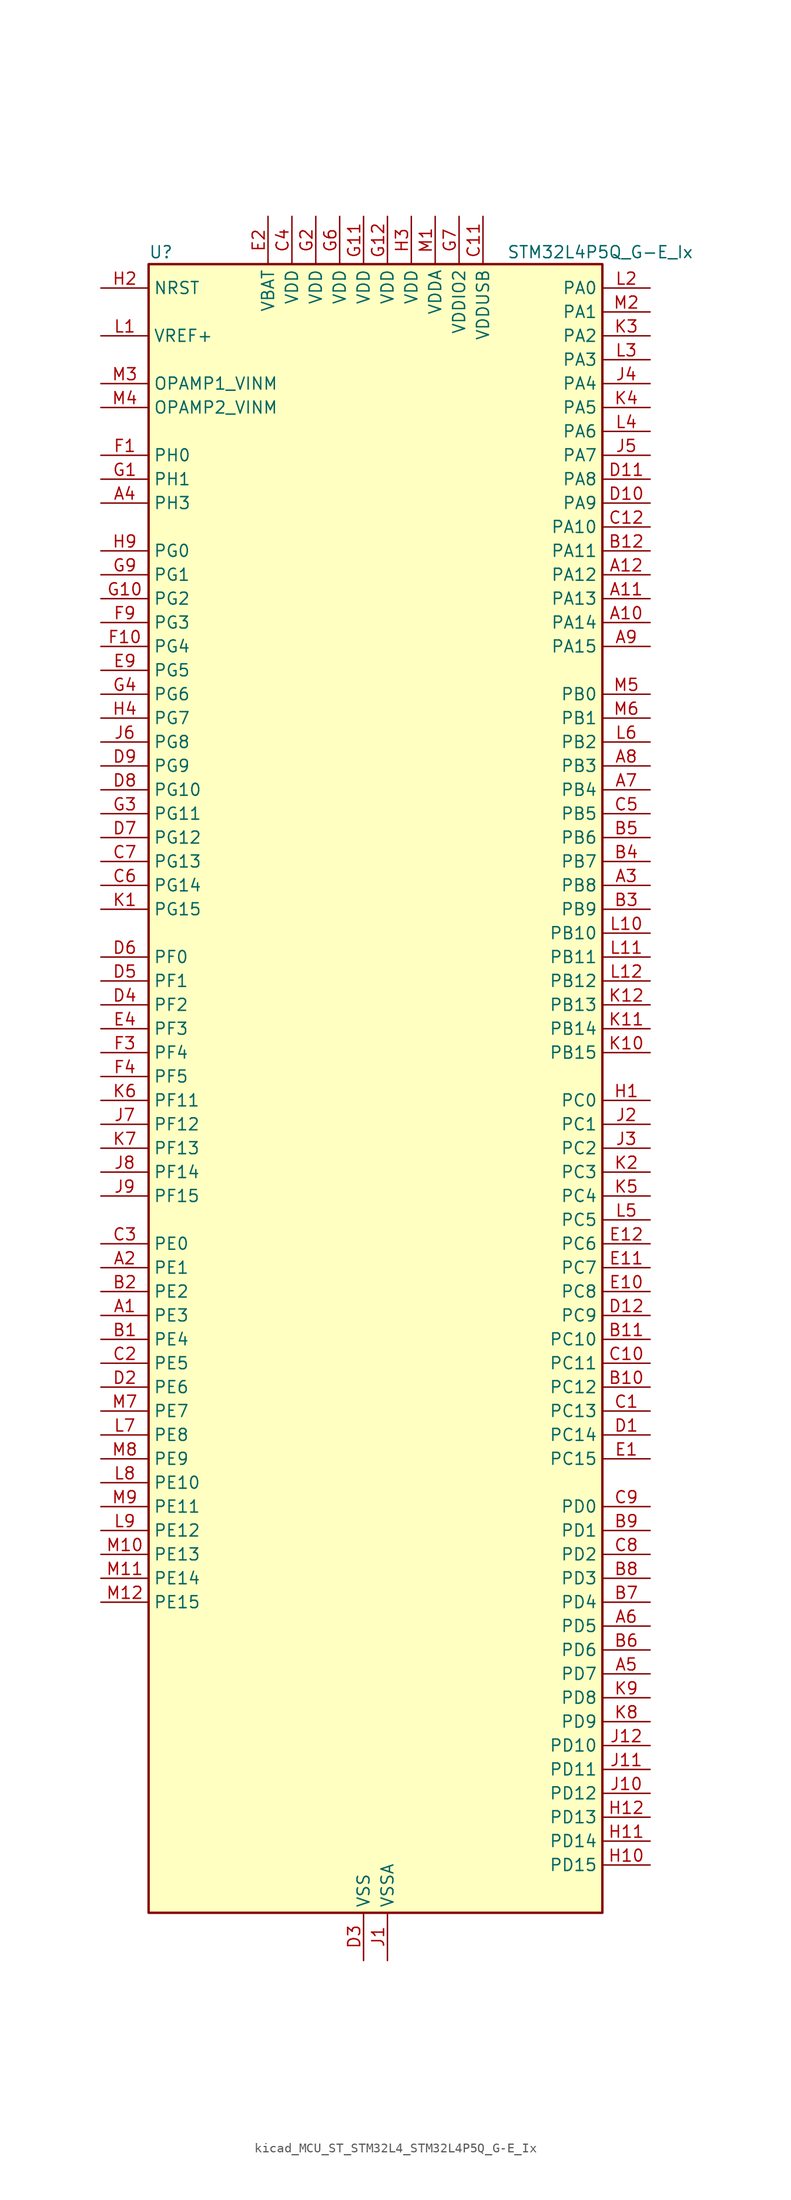
<source format=kicad_sym>
(kicad_symbol_lib
  (version 20220914)
  (generator kicad_symbol_editor)
  (symbol "kicad_MCU_ST_STM32L4_STM32L4P5Q_G-E_Ix"
    (property "Reference" "U"
      (at -22.86 90.17 0)
      (effects (font (size 1.27 1.27)) (justify left)))
    (property "Value" "STM32L4P5Q_G-E_Ix"
      (at 15.24 90.17 0)
      (effects (font (size 1.27 1.27)) (justify left)))
    (property "ki_locked" ""
      (at 0 0 0)
      (effects (font (size 1.27 1.27))))
    (symbol "kicad_MCU_ST_STM32L4_STM32L4P5Q_G-E_Ix_0_1"
      (rectangle (start -22.86 -86.36) (end 25.4 88.9) (stroke (width 0.254) (type default)) (fill (type background))))
    (symbol "kicad_MCU_ST_STM32L4_STM32L4P5Q_G-E_Ix_1_1"
      (pin bidirectional line (at -27.94 -22.86 0) (length 5.08) (name "PE3" (effects (font (size 1.27 1.27)))) (number "A1" (effects (font (size 1.27 1.27)))) (alternate "FMC_A19" bidirectional line) (alternate "LTDC_R6" bidirectional line) (alternate "OCTOSPIM_P1_DQS" bidirectional line) (alternate "SAI1_SD_B" bidirectional line) (alternate "SYS_TRACED0" bidirectional line) (alternate "TIM3_CH1" bidirectional line) (alternate "TSC_G7_IO2" bidirectional line))
      (pin bidirectional line (at 30.48 50.8 180) (length 5.08) (name "PA14" (effects (font (size 1.27 1.27)))) (number "A10" (effects (font (size 1.27 1.27)))) (alternate "I2C1_SMBA" bidirectional line) (alternate "I2C4_SMBA" bidirectional line) (alternate "LPTIM1_OUT" bidirectional line) (alternate "SAI1_FS_B" bidirectional line) (alternate "SYS_JTCK-SWCLK" bidirectional line) (alternate "USB_OTG_FS_SOF" bidirectional line))
      (pin bidirectional line (at 30.48 53.34 180) (length 5.08) (name "PA13" (effects (font (size 1.27 1.27)))) (number "A11" (effects (font (size 1.27 1.27)))) (alternate "IR_OUT" bidirectional line) (alternate "SAI1_SD_B" bidirectional line) (alternate "SYS_JTMS-SWDIO" bidirectional line) (alternate "USB_OTG_FS_NOE" bidirectional line))
      (pin bidirectional line (at 30.48 55.88 180) (length 5.08) (name "PA12" (effects (font (size 1.27 1.27)))) (number "A12" (effects (font (size 1.27 1.27)))) (alternate "CAN1_TX" bidirectional line) (alternate "LTDC_VSYNC" bidirectional line) (alternate "OCTOSPIM_P2_NCS" bidirectional line) (alternate "SPI1_MOSI" bidirectional line) (alternate "TIM1_ETR" bidirectional line) (alternate "USART1_DE" bidirectional line) (alternate "USART1_RTS" bidirectional line) (alternate "USB_OTG_FS_DP" bidirectional line))
      (pin bidirectional line (at -27.94 -17.78 0) (length 5.08) (name "PE1" (effects (font (size 1.27 1.27)))) (number "A2" (effects (font (size 1.27 1.27)))) (alternate "DCMI_D3" bidirectional line) (alternate "FMC_NBL1" bidirectional line) (alternate "LTDC_VSYNC" bidirectional line) (alternate "PSSI_D3" bidirectional line) (alternate "TIM17_CH1" bidirectional line))
      (pin bidirectional line (at 30.48 22.86 180) (length 5.08) (name "PB8" (effects (font (size 1.27 1.27)))) (number "A3" (effects (font (size 1.27 1.27)))) (alternate "CAN1_RX" bidirectional line) (alternate "DCMI_D6" bidirectional line) (alternate "DFSDM1_CKOUT" bidirectional line) (alternate "I2C1_SCL" bidirectional line) (alternate "LTDC_DE" bidirectional line) (alternate "PSSI_D6" bidirectional line) (alternate "SAI1_CK1" bidirectional line) (alternate "SAI1_MCLK_A" bidirectional line) (alternate "SDMMC1_CKIN" bidirectional line) (alternate "SDMMC1_D4" bidirectional line) (alternate "SDMMC2_D4" bidirectional line) (alternate "TIM16_CH1" bidirectional line) (alternate "TIM4_CH3" bidirectional line))
      (pin bidirectional line (at -27.94 63.5 0) (length 5.08) (name "PH3" (effects (font (size 1.27 1.27)))) (number "A4" (effects (font (size 1.27 1.27)))))
      (pin bidirectional line (at 30.48 -60.96 180) (length 5.08) (name "PD7" (effects (font (size 1.27 1.27)))) (number "A5" (effects (font (size 1.27 1.27)))) (alternate "DFSDM1_CKIN1" bidirectional line) (alternate "FMC_NCE" bidirectional line) (alternate "FMC_NE1" bidirectional line) (alternate "OCTOSPIM_P1_IO7" bidirectional line) (alternate "SDMMC2_CMD" bidirectional line) (alternate "USART2_CK" bidirectional line))
      (pin bidirectional line (at 30.48 -55.88 180) (length 5.08) (name "PD5" (effects (font (size 1.27 1.27)))) (number "A6" (effects (font (size 1.27 1.27)))) (alternate "FMC_NWE" bidirectional line) (alternate "OCTOSPIM_P1_IO5" bidirectional line) (alternate "USART2_TX" bidirectional line))
      (pin bidirectional line (at 30.48 33.02 180) (length 5.08) (name "PB4" (effects (font (size 1.27 1.27)))) (number "A7" (effects (font (size 1.27 1.27)))) (alternate "COMP2_INP" bidirectional line) (alternate "DCMI_D12" bidirectional line) (alternate "I2C3_SDA" bidirectional line) (alternate "OCTOSPIM_P1_IO5" bidirectional line) (alternate "PSSI_D12" bidirectional line) (alternate "SAI1_MCLK_B" bidirectional line) (alternate "SDMMC2_D3" bidirectional line) (alternate "SPI1_MISO" bidirectional line) (alternate "SPI3_MISO" bidirectional line) (alternate "SYS_JTRST" bidirectional line) (alternate "TIM17_BKIN" bidirectional line) (alternate "TIM3_CH1" bidirectional line) (alternate "TSC_G2_IO1" bidirectional line) (alternate "UART5_DE" bidirectional line) (alternate "UART5_RTS" bidirectional line) (alternate "USART1_CTS" bidirectional line) (alternate "USART1_NSS" bidirectional line))
      (pin bidirectional line (at 30.48 35.56 180) (length 5.08) (name "PB3" (effects (font (size 1.27 1.27)))) (number "A8" (effects (font (size 1.27 1.27)))) (alternate "COMP2_INM" bidirectional line) (alternate "CRS_SYNC" bidirectional line) (alternate "OCTOSPIM_P1_IO4" bidirectional line) (alternate "SAI1_SCK_B" bidirectional line) (alternate "SDMMC2_D2" bidirectional line) (alternate "SPI1_SCK" bidirectional line) (alternate "SPI3_SCK" bidirectional line) (alternate "SYS_JTDO-SWO" bidirectional line) (alternate "TIM2_CH2" bidirectional line) (alternate "USART1_DE" bidirectional line) (alternate "USART1_RTS" bidirectional line))
      (pin bidirectional line (at 30.48 48.26 180) (length 5.08) (name "PA15" (effects (font (size 1.27 1.27)))) (number "A9" (effects (font (size 1.27 1.27)))) (alternate "ADC1_EXTI15" bidirectional line) (alternate "ADC2_EXTI15" bidirectional line) (alternate "LTDC_HSYNC" bidirectional line) (alternate "SAI2_FS_B" bidirectional line) (alternate "SPI1_NSS" bidirectional line) (alternate "SPI3_NSS" bidirectional line) (alternate "SYS_JTDI" bidirectional line) (alternate "TIM2_CH1" bidirectional line) (alternate "TIM2_ETR" bidirectional line) (alternate "TSC_G3_IO1" bidirectional line) (alternate "UART4_DE" bidirectional line) (alternate "UART4_RTS" bidirectional line) (alternate "USART2_RX" bidirectional line) (alternate "USART3_DE" bidirectional line) (alternate "USART3_RTS" bidirectional line))
      (pin bidirectional line (at -27.94 -25.4 0) (length 5.08) (name "PE4" (effects (font (size 1.27 1.27)))) (number "B1" (effects (font (size 1.27 1.27)))) (alternate "DCMI_D4" bidirectional line) (alternate "DFSDM1_DATIN3" bidirectional line) (alternate "FMC_A20" bidirectional line) (alternate "LTDC_B7" bidirectional line) (alternate "PSSI_D4" bidirectional line) (alternate "SAI1_D2" bidirectional line) (alternate "SAI1_FS_A" bidirectional line) (alternate "SYS_TRACED1" bidirectional line) (alternate "TIM3_CH2" bidirectional line) (alternate "TSC_G7_IO3" bidirectional line))
      (pin bidirectional line (at 30.48 -30.48 180) (length 5.08) (name "PC12" (effects (font (size 1.27 1.27)))) (number "B10" (effects (font (size 1.27 1.27)))) (alternate "DCMI_D9" bidirectional line) (alternate "LTDC_R6" bidirectional line) (alternate "PSSI_D9" bidirectional line) (alternate "SAI2_SD_B" bidirectional line) (alternate "SDMMC1_CK" bidirectional line) (alternate "SPI3_MOSI" bidirectional line) (alternate "SYS_TRACED3" bidirectional line) (alternate "TSC_G3_IO4" bidirectional line) (alternate "UART5_TX" bidirectional line) (alternate "USART3_CK" bidirectional line))
      (pin bidirectional line (at 30.48 -25.4 180) (length 5.08) (name "PC10" (effects (font (size 1.27 1.27)))) (number "B11" (effects (font (size 1.27 1.27)))) (alternate "DCMI_D8" bidirectional line) (alternate "DCMI_VSYNC" bidirectional line) (alternate "PSSI_D8" bidirectional line) (alternate "PSSI_RDY" bidirectional line) (alternate "SAI2_SCK_B" bidirectional line) (alternate "SDMMC1_D2" bidirectional line) (alternate "SPI3_SCK" bidirectional line) (alternate "SYS_TRACED1" bidirectional line) (alternate "TSC_G3_IO2" bidirectional line) (alternate "UART4_TX" bidirectional line) (alternate "USART3_TX" bidirectional line))
      (pin bidirectional line (at 30.48 58.42 180) (length 5.08) (name "PA11" (effects (font (size 1.27 1.27)))) (number "B12" (effects (font (size 1.27 1.27)))) (alternate "ADC1_EXTI11" bidirectional line) (alternate "ADC2_EXTI11" bidirectional line) (alternate "CAN1_RX" bidirectional line) (alternate "LTDC_DE" bidirectional line) (alternate "SPI1_MISO" bidirectional line) (alternate "TIM1_BKIN2" bidirectional line) (alternate "TIM1_CH4" bidirectional line) (alternate "USART1_CTS" bidirectional line) (alternate "USART1_NSS" bidirectional line) (alternate "USB_OTG_FS_DM" bidirectional line))
      (pin bidirectional line (at -27.94 -20.32 0) (length 5.08) (name "PE2" (effects (font (size 1.27 1.27)))) (number "B2" (effects (font (size 1.27 1.27)))) (alternate "FMC_A23" bidirectional line) (alternate "LTDC_R7" bidirectional line) (alternate "SAI1_CK1" bidirectional line) (alternate "SAI1_MCLK_A" bidirectional line) (alternate "SYS_TRACECLK" bidirectional line) (alternate "TIM3_ETR" bidirectional line) (alternate "TSC_G7_IO1" bidirectional line))
      (pin bidirectional line (at 30.48 20.32 180) (length 5.08) (name "PB9" (effects (font (size 1.27 1.27)))) (number "B3" (effects (font (size 1.27 1.27)))) (alternate "CAN1_TX" bidirectional line) (alternate "DAC1_EXTI9" bidirectional line) (alternate "DCMI_D7" bidirectional line) (alternate "I2C1_SDA" bidirectional line) (alternate "IR_OUT" bidirectional line) (alternate "PSSI_D7" bidirectional line) (alternate "SAI1_D2" bidirectional line) (alternate "SAI1_FS_A" bidirectional line) (alternate "SDMMC1_CDIR" bidirectional line) (alternate "SDMMC1_D5" bidirectional line) (alternate "SDMMC2_D5" bidirectional line) (alternate "SPI2_NSS" bidirectional line) (alternate "TIM17_CH1" bidirectional line) (alternate "TIM4_CH4" bidirectional line))
      (pin bidirectional line (at 30.48 25.4 180) (length 5.08) (name "PB7" (effects (font (size 1.27 1.27)))) (number "B4" (effects (font (size 1.27 1.27)))) (alternate "COMP2_INM" bidirectional line) (alternate "DCMI_VSYNC" bidirectional line) (alternate "FMC_NL" bidirectional line) (alternate "I2C1_SDA" bidirectional line) (alternate "I2C4_SDA" bidirectional line) (alternate "LPTIM1_IN2" bidirectional line) (alternate "LTDC_VSYNC" bidirectional line) (alternate "PSSI_RDY" bidirectional line) (alternate "SYS_PVD_IN" bidirectional line) (alternate "TIM17_CH1N" bidirectional line) (alternate "TIM4_CH2" bidirectional line) (alternate "TIM8_BKIN" bidirectional line) (alternate "TSC_G2_IO4" bidirectional line) (alternate "UART4_CTS" bidirectional line) (alternate "USART1_RX" bidirectional line))
      (pin bidirectional line (at 30.48 27.94 180) (length 5.08) (name "PB6" (effects (font (size 1.27 1.27)))) (number "B5" (effects (font (size 1.27 1.27)))) (alternate "COMP2_INP" bidirectional line) (alternate "DCMI_D5" bidirectional line) (alternate "I2C1_SCL" bidirectional line) (alternate "I2C4_SCL" bidirectional line) (alternate "LPTIM1_ETR" bidirectional line) (alternate "LTDC_R6" bidirectional line) (alternate "PSSI_D5" bidirectional line) (alternate "SAI1_FS_B" bidirectional line) (alternate "TIM16_CH1N" bidirectional line) (alternate "TIM4_CH1" bidirectional line) (alternate "TIM8_BKIN2" bidirectional line) (alternate "TSC_G2_IO3" bidirectional line) (alternate "USART1_TX" bidirectional line))
      (pin bidirectional line (at 30.48 -58.42 180) (length 5.08) (name "PD6" (effects (font (size 1.27 1.27)))) (number "B6" (effects (font (size 1.27 1.27)))) (alternate "DCMI_D10" bidirectional line) (alternate "DFSDM1_DATIN1" bidirectional line) (alternate "FMC_NWAIT" bidirectional line) (alternate "LTDC_DE" bidirectional line) (alternate "OCTOSPIM_P1_IO6" bidirectional line) (alternate "PSSI_D10" bidirectional line) (alternate "SAI1_D1" bidirectional line) (alternate "SAI1_SD_A" bidirectional line) (alternate "SDMMC2_CK" bidirectional line) (alternate "SPI3_MOSI" bidirectional line) (alternate "USART2_RX" bidirectional line))
      (pin bidirectional line (at 30.48 -53.34 180) (length 5.08) (name "PD4" (effects (font (size 1.27 1.27)))) (number "B7" (effects (font (size 1.27 1.27)))) (alternate "DFSDM1_CKIN0" bidirectional line) (alternate "FMC_NOE" bidirectional line) (alternate "OCTOSPIM_P1_IO4" bidirectional line) (alternate "SDMMC2_CKIN" bidirectional line) (alternate "SPI2_MOSI" bidirectional line) (alternate "USART2_DE" bidirectional line) (alternate "USART2_RTS" bidirectional line))
      (pin bidirectional line (at 30.48 -50.8 180) (length 5.08) (name "PD3" (effects (font (size 1.27 1.27)))) (number "B8" (effects (font (size 1.27 1.27)))) (alternate "DCMI_D5" bidirectional line) (alternate "DFSDM1_DATIN0" bidirectional line) (alternate "FMC_CLK" bidirectional line) (alternate "LTDC_CLK" bidirectional line) (alternate "OCTOSPIM_P2_NCS" bidirectional line) (alternate "PSSI_D5" bidirectional line) (alternate "SPI2_MISO" bidirectional line) (alternate "SPI2_SCK" bidirectional line) (alternate "USART2_CTS" bidirectional line) (alternate "USART2_NSS" bidirectional line))
      (pin bidirectional line (at 30.48 -45.72 180) (length 5.08) (name "PD1" (effects (font (size 1.27 1.27)))) (number "B9" (effects (font (size 1.27 1.27)))) (alternate "CAN1_TX" bidirectional line) (alternate "FMC_D3" bidirectional line) (alternate "FMC_DA3" bidirectional line) (alternate "LTDC_B5" bidirectional line) (alternate "SPI2_SCK" bidirectional line))
      (pin bidirectional line (at 30.48 -33.02 180) (length 5.08) (name "PC13" (effects (font (size 1.27 1.27)))) (number "C1" (effects (font (size 1.27 1.27)))) (alternate "RTC_OUT1" bidirectional line) (alternate "RTC_TAMP1" bidirectional line) (alternate "RTC_TS" bidirectional line) (alternate "SYS_WKUP2" bidirectional line))
      (pin bidirectional line (at 30.48 -27.94 180) (length 5.08) (name "PC11" (effects (font (size 1.27 1.27)))) (number "C10" (effects (font (size 1.27 1.27)))) (alternate "ADC1_EXTI11" bidirectional line) (alternate "ADC2_EXTI11" bidirectional line) (alternate "DCMI_D2" bidirectional line) (alternate "DCMI_D4" bidirectional line) (alternate "OCTOSPIM_P1_NCS" bidirectional line) (alternate "PSSI_D2" bidirectional line) (alternate "PSSI_D4" bidirectional line) (alternate "SAI2_MCLK_B" bidirectional line) (alternate "SDMMC1_D3" bidirectional line) (alternate "SPI3_MISO" bidirectional line) (alternate "TSC_G3_IO3" bidirectional line) (alternate "UART4_RX" bidirectional line) (alternate "USART3_RX" bidirectional line))
      (pin power_in line (at 12.7 93.98 270) (length 5.08) (name "VDDUSB" (effects (font (size 1.27 1.27)))) (number "C11" (effects (font (size 1.27 1.27)))))
      (pin bidirectional line (at 30.48 60.96 180) (length 5.08) (name "PA10" (effects (font (size 1.27 1.27)))) (number "C12" (effects (font (size 1.27 1.27)))) (alternate "DCMI_D1" bidirectional line) (alternate "LTDC_G6" bidirectional line) (alternate "PSSI_D1" bidirectional line) (alternate "SAI1_D1" bidirectional line) (alternate "SAI1_SD_A" bidirectional line) (alternate "TIM17_BKIN" bidirectional line) (alternate "TIM1_CH3" bidirectional line) (alternate "USART1_RX" bidirectional line) (alternate "USB_OTG_FS_ID" bidirectional line))
      (pin bidirectional line (at -27.94 -27.94 0) (length 5.08) (name "PE5" (effects (font (size 1.27 1.27)))) (number "C2" (effects (font (size 1.27 1.27)))) (alternate "DCMI_D6" bidirectional line) (alternate "DFSDM1_CKIN3" bidirectional line) (alternate "FMC_A21" bidirectional line) (alternate "LTDC_G7" bidirectional line) (alternate "PSSI_D6" bidirectional line) (alternate "SAI1_CK2" bidirectional line) (alternate "SAI1_SCK_A" bidirectional line) (alternate "SYS_TRACED2" bidirectional line) (alternate "TIM3_CH3" bidirectional line) (alternate "TSC_G7_IO4" bidirectional line))
      (pin bidirectional line (at -27.94 -15.24 0) (length 5.08) (name "PE0" (effects (font (size 1.27 1.27)))) (number "C3" (effects (font (size 1.27 1.27)))) (alternate "DCMI_D2" bidirectional line) (alternate "FMC_NBL0" bidirectional line) (alternate "LTDC_HSYNC" bidirectional line) (alternate "PSSI_D2" bidirectional line) (alternate "TIM16_CH1" bidirectional line) (alternate "TIM4_ETR" bidirectional line))
      (pin power_in line (at -7.62 93.98 270) (length 5.08) (name "VDD" (effects (font (size 1.27 1.27)))) (number "C4" (effects (font (size 1.27 1.27)))))
      (pin bidirectional line (at 30.48 30.48 180) (length 5.08) (name "PB5" (effects (font (size 1.27 1.27)))) (number "C5" (effects (font (size 1.27 1.27)))) (alternate "COMP2_OUT" bidirectional line) (alternate "DCMI_D10" bidirectional line) (alternate "I2C1_SMBA" bidirectional line) (alternate "LPTIM1_IN1" bidirectional line) (alternate "OCTOSPIM_P1_IO0" bidirectional line) (alternate "PSSI_D10" bidirectional line) (alternate "SAI1_SD_B" bidirectional line) (alternate "SPI1_MOSI" bidirectional line) (alternate "SPI3_MOSI" bidirectional line) (alternate "TIM16_BKIN" bidirectional line) (alternate "TIM3_CH2" bidirectional line) (alternate "TSC_G2_IO2" bidirectional line) (alternate "UART5_CTS" bidirectional line) (alternate "USART1_CK" bidirectional line))
      (pin bidirectional line (at -27.94 22.86 0) (length 5.08) (name "PG14" (effects (font (size 1.27 1.27)))) (number "C6" (effects (font (size 1.27 1.27)))) (alternate "FMC_A25" bidirectional line) (alternate "I2C1_SCL" bidirectional line) (alternate "LTDC_R1" bidirectional line))
      (pin bidirectional line (at -27.94 25.4 0) (length 5.08) (name "PG13" (effects (font (size 1.27 1.27)))) (number "C7" (effects (font (size 1.27 1.27)))) (alternate "FMC_A24" bidirectional line) (alternate "I2C1_SDA" bidirectional line) (alternate "LTDC_R0" bidirectional line) (alternate "USART1_CK" bidirectional line))
      (pin bidirectional line (at 30.48 -48.26 180) (length 5.08) (name "PD2" (effects (font (size 1.27 1.27)))) (number "C8" (effects (font (size 1.27 1.27)))) (alternate "DCMI_D11" bidirectional line) (alternate "PSSI_D11" bidirectional line) (alternate "SDMMC1_CMD" bidirectional line) (alternate "SYS_TRACED2" bidirectional line) (alternate "TIM3_ETR" bidirectional line) (alternate "TSC_SYNC" bidirectional line) (alternate "UART5_RX" bidirectional line) (alternate "USART3_DE" bidirectional line) (alternate "USART3_RTS" bidirectional line))
      (pin bidirectional line (at 30.48 -43.18 180) (length 5.08) (name "PD0" (effects (font (size 1.27 1.27)))) (number "C9" (effects (font (size 1.27 1.27)))) (alternate "CAN1_RX" bidirectional line) (alternate "FMC_D2" bidirectional line) (alternate "FMC_DA2" bidirectional line) (alternate "LTDC_B4" bidirectional line) (alternate "SPI2_NSS" bidirectional line))
      (pin bidirectional line (at 30.48 -35.56 180) (length 5.08) (name "PC14" (effects (font (size 1.27 1.27)))) (number "D1" (effects (font (size 1.27 1.27)))) (alternate "RCC_OSC32_IN" bidirectional line))
      (pin bidirectional line (at 30.48 63.5 180) (length 5.08) (name "PA9" (effects (font (size 1.27 1.27)))) (number "D10" (effects (font (size 1.27 1.27)))) (alternate "DAC1_EXTI9" bidirectional line) (alternate "DCMI_D0" bidirectional line) (alternate "LTDC_G7" bidirectional line) (alternate "PSSI_D0" bidirectional line) (alternate "SAI1_FS_A" bidirectional line) (alternate "SPI2_SCK" bidirectional line) (alternate "TIM15_BKIN" bidirectional line) (alternate "TIM1_CH2" bidirectional line) (alternate "USART1_TX" bidirectional line) (alternate "USB_OTG_FS_VBUS" bidirectional line))
      (pin bidirectional line (at 30.48 66.04 180) (length 5.08) (name "PA8" (effects (font (size 1.27 1.27)))) (number "D11" (effects (font (size 1.27 1.27)))) (alternate "LPTIM2_OUT" bidirectional line) (alternate "LTDC_B7" bidirectional line) (alternate "RCC_MCO" bidirectional line) (alternate "SAI1_CK2" bidirectional line) (alternate "SAI1_SCK_A" bidirectional line) (alternate "TIM1_CH1" bidirectional line) (alternate "USART1_CK" bidirectional line) (alternate "USB_OTG_FS_SOF" bidirectional line))
      (pin bidirectional line (at 30.48 -22.86 180) (length 5.08) (name "PC9" (effects (font (size 1.27 1.27)))) (number "D12" (effects (font (size 1.27 1.27)))) (alternate "DAC1_EXTI9" bidirectional line) (alternate "DCMI_D3" bidirectional line) (alternate "I2C3_SDA" bidirectional line) (alternate "PSSI_D3" bidirectional line) (alternate "SAI2_EXTCLK" bidirectional line) (alternate "SDMMC1_D1" bidirectional line) (alternate "SYS_TRACED0" bidirectional line) (alternate "TIM3_CH4" bidirectional line) (alternate "TIM8_BKIN2" bidirectional line) (alternate "TIM8_CH4" bidirectional line) (alternate "TSC_G4_IO4" bidirectional line) (alternate "USB_OTG_FS_NOE" bidirectional line))
      (pin bidirectional line (at -27.94 -30.48 0) (length 5.08) (name "PE6" (effects (font (size 1.27 1.27)))) (number "D2" (effects (font (size 1.27 1.27)))) (alternate "DCMI_D7" bidirectional line) (alternate "FMC_A22" bidirectional line) (alternate "LTDC_G6" bidirectional line) (alternate "PSSI_D7" bidirectional line) (alternate "RTC_TAMP3" bidirectional line) (alternate "SAI1_D1" bidirectional line) (alternate "SAI1_SD_A" bidirectional line) (alternate "SYS_TRACED3" bidirectional line) (alternate "SYS_WKUP3" bidirectional line) (alternate "TIM3_CH4" bidirectional line))
      (pin power_in line (at 0 -91.44 90) (length 5.08) (name "VSS" (effects (font (size 1.27 1.27)))) (number "D3" (effects (font (size 1.27 1.27)))))
      (pin bidirectional line (at -27.94 10.16 0) (length 5.08) (name "PF2" (effects (font (size 1.27 1.27)))) (number "D4" (effects (font (size 1.27 1.27)))) (alternate "FMC_A2" bidirectional line) (alternate "I2C2_SMBA" bidirectional line) (alternate "OCTOSPIM_P2_IO2" bidirectional line))
      (pin bidirectional line (at -27.94 12.7 0) (length 5.08) (name "PF1" (effects (font (size 1.27 1.27)))) (number "D5" (effects (font (size 1.27 1.27)))) (alternate "FMC_A1" bidirectional line) (alternate "I2C2_SCL" bidirectional line) (alternate "OCTOSPIM_P2_IO1" bidirectional line))
      (pin bidirectional line (at -27.94 15.24 0) (length 5.08) (name "PF0" (effects (font (size 1.27 1.27)))) (number "D6" (effects (font (size 1.27 1.27)))) (alternate "FMC_A0" bidirectional line) (alternate "I2C2_SDA" bidirectional line) (alternate "OCTOSPIM_P2_IO0" bidirectional line))
      (pin bidirectional line (at -27.94 27.94 0) (length 5.08) (name "PG12" (effects (font (size 1.27 1.27)))) (number "D7" (effects (font (size 1.27 1.27)))) (alternate "FMC_NE4" bidirectional line) (alternate "LPTIM1_ETR" bidirectional line) (alternate "OCTOSPIM_P2_NCS" bidirectional line) (alternate "SAI2_SD_A" bidirectional line) (alternate "SDMMC2_D3" bidirectional line) (alternate "SPI3_NSS" bidirectional line) (alternate "USART1_DE" bidirectional line) (alternate "USART1_RTS" bidirectional line))
      (pin bidirectional line (at -27.94 33.02 0) (length 5.08) (name "PG10" (effects (font (size 1.27 1.27)))) (number "D8" (effects (font (size 1.27 1.27)))) (alternate "FMC_NE3" bidirectional line) (alternate "LPTIM1_IN1" bidirectional line) (alternate "OCTOSPIM_P2_IO7" bidirectional line) (alternate "SAI2_FS_A" bidirectional line) (alternate "SDMMC2_D1" bidirectional line) (alternate "SPI3_MISO" bidirectional line) (alternate "TIM15_CH1" bidirectional line) (alternate "USART1_RX" bidirectional line))
      (pin bidirectional line (at -27.94 35.56 0) (length 5.08) (name "PG9" (effects (font (size 1.27 1.27)))) (number "D9" (effects (font (size 1.27 1.27)))) (alternate "DAC1_EXTI9" bidirectional line) (alternate "FMC_NCE" bidirectional line) (alternate "FMC_NE2" bidirectional line) (alternate "OCTOSPIM_P2_IO6" bidirectional line) (alternate "SAI2_SCK_A" bidirectional line) (alternate "SDMMC2_D0" bidirectional line) (alternate "SPI3_SCK" bidirectional line) (alternate "TIM15_CH1N" bidirectional line) (alternate "USART1_TX" bidirectional line))
      (pin bidirectional line (at 30.48 -38.1 180) (length 5.08) (name "PC15" (effects (font (size 1.27 1.27)))) (number "E1" (effects (font (size 1.27 1.27)))) (alternate "ADC1_EXTI15" bidirectional line) (alternate "ADC2_EXTI15" bidirectional line) (alternate "RCC_OSC32_OUT" bidirectional line))
      (pin bidirectional line (at 30.48 -20.32 180) (length 5.08) (name "PC8" (effects (font (size 1.27 1.27)))) (number "E10" (effects (font (size 1.27 1.27)))) (alternate "DCMI_D2" bidirectional line) (alternate "PSSI_D2" bidirectional line) (alternate "SDMMC1_D0" bidirectional line) (alternate "TIM3_CH3" bidirectional line) (alternate "TIM8_CH3" bidirectional line) (alternate "TSC_G4_IO3" bidirectional line))
      (pin bidirectional line (at 30.48 -17.78 180) (length 5.08) (name "PC7" (effects (font (size 1.27 1.27)))) (number "E11" (effects (font (size 1.27 1.27)))) (alternate "DCMI_D1" bidirectional line) (alternate "DFSDM1_DATIN3" bidirectional line) (alternate "LTDC_B6" bidirectional line) (alternate "PSSI_D1" bidirectional line) (alternate "SAI2_MCLK_B" bidirectional line) (alternate "SDMMC1_D123DIR" bidirectional line) (alternate "SDMMC1_D7" bidirectional line) (alternate "SDMMC2_D7" bidirectional line) (alternate "TIM3_CH2" bidirectional line) (alternate "TIM8_CH2" bidirectional line) (alternate "TSC_G4_IO2" bidirectional line))
      (pin bidirectional line (at 30.48 -15.24 180) (length 5.08) (name "PC6" (effects (font (size 1.27 1.27)))) (number "E12" (effects (font (size 1.27 1.27)))) (alternate "DCMI_D0" bidirectional line) (alternate "DFSDM1_CKIN3" bidirectional line) (alternate "LTDC_G7" bidirectional line) (alternate "PSSI_D0" bidirectional line) (alternate "SAI2_MCLK_A" bidirectional line) (alternate "SDMMC1_D0DIR" bidirectional line) (alternate "SDMMC1_D6" bidirectional line) (alternate "SDMMC2_D6" bidirectional line) (alternate "TIM3_CH1" bidirectional line) (alternate "TIM8_CH1" bidirectional line) (alternate "TSC_G4_IO1" bidirectional line))
      (pin power_in line (at -10.16 93.98 270) (length 5.08) (name "VBAT" (effects (font (size 1.27 1.27)))) (number "E2" (effects (font (size 1.27 1.27)))))
      (pin passive line (at 0 -91.44 90) (length 5.08) hide (name "VSS" (effects (font (size 1.27 1.27)))) (number "E3" (effects (font (size 1.27 1.27)))))
      (pin bidirectional line (at -27.94 7.62 0) (length 5.08) (name "PF3" (effects (font (size 1.27 1.27)))) (number "E4" (effects (font (size 1.27 1.27)))) (alternate "FMC_A3" bidirectional line) (alternate "OCTOSPIM_P2_IO3" bidirectional line))
      (pin bidirectional line (at -27.94 45.72 0) (length 5.08) (name "PG5" (effects (font (size 1.27 1.27)))) (number "E9" (effects (font (size 1.27 1.27)))) (alternate "FMC_A15" bidirectional line) (alternate "LPUART1_CTS" bidirectional line) (alternate "SAI2_SD_B" bidirectional line) (alternate "SDMMC2_D7" bidirectional line) (alternate "SPI1_NSS" bidirectional line))
      (pin bidirectional line (at -27.94 68.58 0) (length 5.08) (name "PH0" (effects (font (size 1.27 1.27)))) (number "F1" (effects (font (size 1.27 1.27)))) (alternate "RCC_OSC_IN" bidirectional line))
      (pin bidirectional line (at -27.94 48.26 0) (length 5.08) (name "PG4" (effects (font (size 1.27 1.27)))) (number "F10" (effects (font (size 1.27 1.27)))) (alternate "FMC_A14" bidirectional line) (alternate "SAI2_MCLK_B" bidirectional line) (alternate "SDMMC2_D6" bidirectional line) (alternate "SPI1_MOSI" bidirectional line))
      (pin passive line (at 0 -91.44 90) (length 5.08) hide (name "VSS" (effects (font (size 1.27 1.27)))) (number "F11" (effects (font (size 1.27 1.27)))))
      (pin passive line (at 0 -91.44 90) (length 5.08) hide (name "VSS" (effects (font (size 1.27 1.27)))) (number "F12" (effects (font (size 1.27 1.27)))))
      (pin passive line (at 0 -91.44 90) (length 5.08) hide (name "VSS" (effects (font (size 1.27 1.27)))) (number "F2" (effects (font (size 1.27 1.27)))))
      (pin bidirectional line (at -27.94 5.08 0) (length 5.08) (name "PF4" (effects (font (size 1.27 1.27)))) (number "F3" (effects (font (size 1.27 1.27)))) (alternate "FMC_A4" bidirectional line) (alternate "OCTOSPIM_P2_CLK" bidirectional line))
      (pin bidirectional line (at -27.94 2.54 0) (length 5.08) (name "PF5" (effects (font (size 1.27 1.27)))) (number "F4" (effects (font (size 1.27 1.27)))) (alternate "FMC_A5" bidirectional line) (alternate "OCTOSPIM_P2_NCLK" bidirectional line))
      (pin passive line (at 0 -91.44 90) (length 5.08) hide (name "VSS" (effects (font (size 1.27 1.27)))) (number "F6" (effects (font (size 1.27 1.27)))))
      (pin passive line (at 0 -91.44 90) (length 5.08) hide (name "VSS" (effects (font (size 1.27 1.27)))) (number "F7" (effects (font (size 1.27 1.27)))))
      (pin bidirectional line (at -27.94 50.8 0) (length 5.08) (name "PG3" (effects (font (size 1.27 1.27)))) (number "F9" (effects (font (size 1.27 1.27)))) (alternate "FMC_A13" bidirectional line) (alternate "SAI2_FS_B" bidirectional line) (alternate "SDMMC2_D5" bidirectional line) (alternate "SPI1_MISO" bidirectional line))
      (pin bidirectional line (at -27.94 66.04 0) (length 5.08) (name "PH1" (effects (font (size 1.27 1.27)))) (number "G1" (effects (font (size 1.27 1.27)))) (alternate "RCC_OSC_OUT" bidirectional line))
      (pin bidirectional line (at -27.94 53.34 0) (length 5.08) (name "PG2" (effects (font (size 1.27 1.27)))) (number "G10" (effects (font (size 1.27 1.27)))) (alternate "FMC_A12" bidirectional line) (alternate "SAI2_SCK_B" bidirectional line) (alternate "SDMMC2_D4" bidirectional line) (alternate "SPI1_SCK" bidirectional line))
      (pin power_in line (at 0 93.98 270) (length 5.08) (name "VDD" (effects (font (size 1.27 1.27)))) (number "G11" (effects (font (size 1.27 1.27)))))
      (pin power_in line (at 2.54 93.98 270) (length 5.08) (name "VDD" (effects (font (size 1.27 1.27)))) (number "G12" (effects (font (size 1.27 1.27)))))
      (pin power_in line (at -5.08 93.98 270) (length 5.08) (name "VDD" (effects (font (size 1.27 1.27)))) (number "G2" (effects (font (size 1.27 1.27)))))
      (pin bidirectional line (at -27.94 30.48 0) (length 5.08) (name "PG11" (effects (font (size 1.27 1.27)))) (number "G3" (effects (font (size 1.27 1.27)))) (alternate "ADC1_EXTI11" bidirectional line) (alternate "ADC2_EXTI11" bidirectional line) (alternate "LPTIM1_IN2" bidirectional line) (alternate "OCTOSPIM_P1_IO5" bidirectional line) (alternate "SAI2_MCLK_A" bidirectional line) (alternate "SDMMC2_D2" bidirectional line) (alternate "SPI3_MOSI" bidirectional line) (alternate "TIM15_CH2" bidirectional line) (alternate "USART1_CTS" bidirectional line) (alternate "USART1_NSS" bidirectional line))
      (pin bidirectional line (at -27.94 43.18 0) (length 5.08) (name "PG6" (effects (font (size 1.27 1.27)))) (number "G4" (effects (font (size 1.27 1.27)))) (alternate "I2C3_SMBA" bidirectional line) (alternate "LPUART1_DE" bidirectional line) (alternate "LPUART1_RTS" bidirectional line) (alternate "LTDC_R1" bidirectional line) (alternate "OCTOSPIM_P1_DQS" bidirectional line))
      (pin power_in line (at -2.54 93.98 270) (length 5.08) (name "VDD" (effects (font (size 1.27 1.27)))) (number "G6" (effects (font (size 1.27 1.27)))))
      (pin power_in line (at 10.16 93.98 270) (length 5.08) (name "VDDIO2" (effects (font (size 1.27 1.27)))) (number "G7" (effects (font (size 1.27 1.27)))))
      (pin bidirectional line (at -27.94 55.88 0) (length 5.08) (name "PG1" (effects (font (size 1.27 1.27)))) (number "G9" (effects (font (size 1.27 1.27)))) (alternate "FMC_A11" bidirectional line) (alternate "OCTOSPIM_P2_IO5" bidirectional line) (alternate "TSC_G8_IO4" bidirectional line))
      (pin bidirectional line (at 30.48 0 180) (length 5.08) (name "PC0" (effects (font (size 1.27 1.27)))) (number "H1" (effects (font (size 1.27 1.27)))) (alternate "ADC1_IN1" bidirectional line) (alternate "ADC2_IN1" bidirectional line) (alternate "I2C3_SCL" bidirectional line) (alternate "LPTIM1_IN1" bidirectional line) (alternate "LPTIM2_IN1" bidirectional line) (alternate "LPUART1_RX" bidirectional line) (alternate "LTDC_DE" bidirectional line) (alternate "SAI2_FS_A" bidirectional line) (alternate "SDMMC1_CMD" bidirectional line) (alternate "SDMMC2_CKIN" bidirectional line))
      (pin bidirectional line (at 30.48 -81.28 180) (length 5.08) (name "PD15" (effects (font (size 1.27 1.27)))) (number "H10" (effects (font (size 1.27 1.27)))) (alternate "ADC1_EXTI15" bidirectional line) (alternate "ADC2_EXTI15" bidirectional line) (alternate "FMC_D1" bidirectional line) (alternate "FMC_DA1" bidirectional line) (alternate "LTDC_B3" bidirectional line) (alternate "TIM4_CH4" bidirectional line))
      (pin bidirectional line (at 30.48 -78.74 180) (length 5.08) (name "PD14" (effects (font (size 1.27 1.27)))) (number "H11" (effects (font (size 1.27 1.27)))) (alternate "FMC_D0" bidirectional line) (alternate "FMC_DA0" bidirectional line) (alternate "LTDC_B2" bidirectional line) (alternate "TIM4_CH3" bidirectional line))
      (pin bidirectional line (at 30.48 -76.2 180) (length 5.08) (name "PD13" (effects (font (size 1.27 1.27)))) (number "H12" (effects (font (size 1.27 1.27)))) (alternate "FMC_A18" bidirectional line) (alternate "I2C4_SDA" bidirectional line) (alternate "LPTIM2_OUT" bidirectional line) (alternate "TIM4_CH2" bidirectional line) (alternate "TSC_G6_IO4" bidirectional line))
      (pin input line (at -27.94 86.36 0) (length 5.08) (name "NRST" (effects (font (size 1.27 1.27)))) (number "H2" (effects (font (size 1.27 1.27)))))
      (pin power_in line (at 5.08 93.98 270) (length 5.08) (name "VDD" (effects (font (size 1.27 1.27)))) (number "H3" (effects (font (size 1.27 1.27)))))
      (pin bidirectional line (at -27.94 40.64 0) (length 5.08) (name "PG7" (effects (font (size 1.27 1.27)))) (number "H4" (effects (font (size 1.27 1.27)))) (alternate "DFSDM1_CKOUT" bidirectional line) (alternate "FMC_INT" bidirectional line) (alternate "I2C3_SCL" bidirectional line) (alternate "LPUART1_TX" bidirectional line) (alternate "OCTOSPIM_P2_DQS" bidirectional line) (alternate "SAI1_CK1" bidirectional line) (alternate "SAI1_MCLK_A" bidirectional line))
      (pin bidirectional line (at -27.94 58.42 0) (length 5.08) (name "PG0" (effects (font (size 1.27 1.27)))) (number "H9" (effects (font (size 1.27 1.27)))) (alternate "FMC_A10" bidirectional line) (alternate "OCTOSPIM_P2_IO4" bidirectional line) (alternate "TSC_G8_IO3" bidirectional line))
      (pin power_in line (at 2.54 -91.44 90) (length 5.08) (name "VSSA" (effects (font (size 1.27 1.27)))) (number "J1" (effects (font (size 1.27 1.27)))))
      (pin bidirectional line (at 30.48 -73.66 180) (length 5.08) (name "PD12" (effects (font (size 1.27 1.27)))) (number "J10" (effects (font (size 1.27 1.27)))) (alternate "FMC_A17" bidirectional line) (alternate "FMC_ALE" bidirectional line) (alternate "I2C4_SCL" bidirectional line) (alternate "LPTIM2_IN1" bidirectional line) (alternate "LTDC_R7" bidirectional line) (alternate "SAI2_FS_A" bidirectional line) (alternate "TIM4_CH1" bidirectional line) (alternate "TSC_G6_IO3" bidirectional line) (alternate "USART3_DE" bidirectional line) (alternate "USART3_RTS" bidirectional line))
      (pin bidirectional line (at 30.48 -71.12 180) (length 5.08) (name "PD11" (effects (font (size 1.27 1.27)))) (number "J11" (effects (font (size 1.27 1.27)))) (alternate "ADC1_EXTI11" bidirectional line) (alternate "ADC2_EXTI11" bidirectional line) (alternate "FMC_A16" bidirectional line) (alternate "FMC_CLE" bidirectional line) (alternate "I2C4_SMBA" bidirectional line) (alternate "LPTIM2_ETR" bidirectional line) (alternate "LTDC_R6" bidirectional line) (alternate "SAI2_SD_A" bidirectional line) (alternate "TSC_G6_IO2" bidirectional line) (alternate "USART3_CTS" bidirectional line) (alternate "USART3_NSS" bidirectional line))
      (pin bidirectional line (at 30.48 -68.58 180) (length 5.08) (name "PD10" (effects (font (size 1.27 1.27)))) (number "J12" (effects (font (size 1.27 1.27)))) (alternate "FMC_D15" bidirectional line) (alternate "FMC_DA15" bidirectional line) (alternate "LTDC_R5" bidirectional line) (alternate "SAI2_SCK_A" bidirectional line) (alternate "TSC_G6_IO1" bidirectional line) (alternate "USART3_CK" bidirectional line))
      (pin bidirectional line (at 30.48 -2.54 180) (length 5.08) (name "PC1" (effects (font (size 1.27 1.27)))) (number "J2" (effects (font (size 1.27 1.27)))) (alternate "ADC1_IN2" bidirectional line) (alternate "ADC2_IN2" bidirectional line) (alternate "I2C3_SDA" bidirectional line) (alternate "LPTIM1_OUT" bidirectional line) (alternate "LPUART1_TX" bidirectional line) (alternate "OCTOSPIM_P1_IO4" bidirectional line) (alternate "SAI1_SD_A" bidirectional line) (alternate "SPI2_MOSI" bidirectional line) (alternate "SYS_TRACED0" bidirectional line))
      (pin bidirectional line (at 30.48 -5.08 180) (length 5.08) (name "PC2" (effects (font (size 1.27 1.27)))) (number "J3" (effects (font (size 1.27 1.27)))) (alternate "ADC1_IN3" bidirectional line) (alternate "ADC2_IN3" bidirectional line) (alternate "DFSDM1_CKOUT" bidirectional line) (alternate "LPTIM1_IN2" bidirectional line) (alternate "LTDC_HSYNC" bidirectional line) (alternate "OCTOSPIM_P1_IO5" bidirectional line) (alternate "SPI2_MISO" bidirectional line))
      (pin bidirectional line (at 30.48 76.2 180) (length 5.08) (name "PA4" (effects (font (size 1.27 1.27)))) (number "J4" (effects (font (size 1.27 1.27)))) (alternate "ADC1_IN9" bidirectional line) (alternate "ADC2_IN9" bidirectional line) (alternate "DAC1_OUT1" bidirectional line) (alternate "DCMI_HSYNC" bidirectional line) (alternate "LPTIM2_OUT" bidirectional line) (alternate "LTDC_CLK" bidirectional line) (alternate "OCTOSPIM_P1_NCS" bidirectional line) (alternate "PSSI_DE" bidirectional line) (alternate "SAI1_FS_B" bidirectional line) (alternate "SPI1_NSS" bidirectional line) (alternate "SPI3_NSS" bidirectional line) (alternate "USART2_CK" bidirectional line))
      (pin bidirectional line (at 30.48 68.58 180) (length 5.08) (name "PA7" (effects (font (size 1.27 1.27)))) (number "J5" (effects (font (size 1.27 1.27)))) (alternate "ADC1_IN12" bidirectional line) (alternate "ADC2_IN12" bidirectional line) (alternate "I2C3_SCL" bidirectional line) (alternate "OCTOSPIM_P1_IO2" bidirectional line) (alternate "OPAMP2_VINM" bidirectional line) (alternate "SPI1_MOSI" bidirectional line) (alternate "TIM17_CH1" bidirectional line) (alternate "TIM1_CH1N" bidirectional line) (alternate "TIM3_CH2" bidirectional line) (alternate "TIM8_CH1N" bidirectional line))
      (pin bidirectional line (at -27.94 38.1 0) (length 5.08) (name "PG8" (effects (font (size 1.27 1.27)))) (number "J6" (effects (font (size 1.27 1.27)))) (alternate "I2C3_SDA" bidirectional line) (alternate "LPUART1_RX" bidirectional line))
      (pin bidirectional line (at -27.94 -2.54 0) (length 5.08) (name "PF12" (effects (font (size 1.27 1.27)))) (number "J7" (effects (font (size 1.27 1.27)))) (alternate "FMC_A6" bidirectional line) (alternate "LTDC_B0" bidirectional line) (alternate "OCTOSPIM_P2_DQS" bidirectional line))
      (pin bidirectional line (at -27.94 -7.62 0) (length 5.08) (name "PF14" (effects (font (size 1.27 1.27)))) (number "J8" (effects (font (size 1.27 1.27)))) (alternate "FMC_A8" bidirectional line) (alternate "I2C4_SCL" bidirectional line) (alternate "LTDC_G0" bidirectional line) (alternate "TSC_G8_IO1" bidirectional line))
      (pin bidirectional line (at -27.94 -10.16 0) (length 5.08) (name "PF15" (effects (font (size 1.27 1.27)))) (number "J9" (effects (font (size 1.27 1.27)))) (alternate "ADC1_EXTI15" bidirectional line) (alternate "ADC2_EXTI15" bidirectional line) (alternate "FMC_A9" bidirectional line) (alternate "I2C4_SDA" bidirectional line) (alternate "LTDC_G1" bidirectional line) (alternate "TSC_G8_IO2" bidirectional line))
      (pin bidirectional line (at -27.94 20.32 0) (length 5.08) (name "PG15" (effects (font (size 1.27 1.27)))) (number "K1" (effects (font (size 1.27 1.27)))) (alternate "ADC1_EXTI15" bidirectional line) (alternate "ADC2_EXTI15" bidirectional line) (alternate "DCMI_D13" bidirectional line) (alternate "I2C1_SMBA" bidirectional line) (alternate "LPTIM1_OUT" bidirectional line) (alternate "OCTOSPIM_P2_DQS" bidirectional line) (alternate "PSSI_D13" bidirectional line))
      (pin bidirectional line (at 30.48 5.08 180) (length 5.08) (name "PB15" (effects (font (size 1.27 1.27)))) (number "K10" (effects (font (size 1.27 1.27)))) (alternate "ADC1_EXTI15" bidirectional line) (alternate "ADC2_EXTI15" bidirectional line) (alternate "DFSDM1_CKIN2" bidirectional line) (alternate "OCTOSPIM_P1_IO7" bidirectional line) (alternate "RTC_REFIN" bidirectional line) (alternate "SAI2_SD_A" bidirectional line) (alternate "SDMMC2_D1" bidirectional line) (alternate "SPI2_MOSI" bidirectional line) (alternate "TIM15_CH2" bidirectional line) (alternate "TIM1_CH3N" bidirectional line) (alternate "TIM8_CH3N" bidirectional line) (alternate "TSC_G1_IO4" bidirectional line))
      (pin bidirectional line (at 30.48 7.62 180) (length 5.08) (name "PB14" (effects (font (size 1.27 1.27)))) (number "K11" (effects (font (size 1.27 1.27)))) (alternate "DFSDM1_DATIN2" bidirectional line) (alternate "I2C2_SDA" bidirectional line) (alternate "OCTOSPIM_P1_IO6" bidirectional line) (alternate "SAI2_MCLK_A" bidirectional line) (alternate "SDMMC2_D0" bidirectional line) (alternate "SPI2_MISO" bidirectional line) (alternate "TIM15_CH1" bidirectional line) (alternate "TIM1_CH2N" bidirectional line) (alternate "TIM8_CH2N" bidirectional line) (alternate "TSC_G1_IO3" bidirectional line) (alternate "USART3_DE" bidirectional line) (alternate "USART3_RTS" bidirectional line))
      (pin bidirectional line (at 30.48 10.16 180) (length 5.08) (name "PB13" (effects (font (size 1.27 1.27)))) (number "K12" (effects (font (size 1.27 1.27)))) (alternate "DFSDM1_CKIN1" bidirectional line) (alternate "I2C2_SCL" bidirectional line) (alternate "LPUART1_CTS" bidirectional line) (alternate "OCTOSPIM_P1_IO1" bidirectional line) (alternate "SAI2_SCK_A" bidirectional line) (alternate "SPI2_SCK" bidirectional line) (alternate "TIM15_CH1N" bidirectional line) (alternate "TIM1_CH1N" bidirectional line) (alternate "TSC_G1_IO2" bidirectional line) (alternate "USART3_CTS" bidirectional line) (alternate "USART3_NSS" bidirectional line))
      (pin bidirectional line (at 30.48 -7.62 180) (length 5.08) (name "PC3" (effects (font (size 1.27 1.27)))) (number "K2" (effects (font (size 1.27 1.27)))) (alternate "ADC1_IN4" bidirectional line) (alternate "ADC2_IN4" bidirectional line) (alternate "LPTIM1_ETR" bidirectional line) (alternate "LPTIM2_ETR" bidirectional line) (alternate "OCTOSPIM_P1_IO6" bidirectional line) (alternate "SAI1_D1" bidirectional line) (alternate "SAI1_SD_A" bidirectional line) (alternate "SPI2_MOSI" bidirectional line))
      (pin bidirectional line (at 30.48 81.28 180) (length 5.08) (name "PA2" (effects (font (size 1.27 1.27)))) (number "K3" (effects (font (size 1.27 1.27)))) (alternate "ADC1_IN7" bidirectional line) (alternate "ADC2_IN7" bidirectional line) (alternate "LPUART1_TX" bidirectional line) (alternate "OCTOSPIM_P1_NCS" bidirectional line) (alternate "RCC_LSCO" bidirectional line) (alternate "SAI2_EXTCLK" bidirectional line) (alternate "SYS_WKUP4" bidirectional line) (alternate "TIM15_CH1" bidirectional line) (alternate "TIM2_CH3" bidirectional line) (alternate "TIM5_CH3" bidirectional line) (alternate "USART2_TX" bidirectional line))
      (pin bidirectional line (at 30.48 73.66 180) (length 5.08) (name "PA5" (effects (font (size 1.27 1.27)))) (number "K4" (effects (font (size 1.27 1.27)))) (alternate "ADC1_IN10" bidirectional line) (alternate "ADC2_IN10" bidirectional line) (alternate "DAC1_OUT2" bidirectional line) (alternate "LPTIM2_ETR" bidirectional line) (alternate "LTDC_R7" bidirectional line) (alternate "PSSI_D14" bidirectional line) (alternate "SPI1_SCK" bidirectional line) (alternate "TIM2_CH1" bidirectional line) (alternate "TIM2_ETR" bidirectional line) (alternate "TIM8_CH1N" bidirectional line))
      (pin bidirectional line (at 30.48 -10.16 180) (length 5.08) (name "PC4" (effects (font (size 1.27 1.27)))) (number "K5" (effects (font (size 1.27 1.27)))) (alternate "ADC1_IN13" bidirectional line) (alternate "ADC2_IN13" bidirectional line) (alternate "COMP1_INM" bidirectional line) (alternate "OCTOSPIM_P1_IO7" bidirectional line) (alternate "OCTOSPIM_P2_NCS" bidirectional line) (alternate "USART3_TX" bidirectional line))
      (pin bidirectional line (at -27.94 0 0) (length 5.08) (name "PF11" (effects (font (size 1.27 1.27)))) (number "K6" (effects (font (size 1.27 1.27)))) (alternate "ADC1_EXTI11" bidirectional line) (alternate "ADC2_EXTI11" bidirectional line) (alternate "DCMI_D12" bidirectional line) (alternate "LTDC_DE" bidirectional line) (alternate "OCTOSPIM_P1_NCLK" bidirectional line) (alternate "PSSI_D12" bidirectional line))
      (pin bidirectional line (at -27.94 -5.08 0) (length 5.08) (name "PF13" (effects (font (size 1.27 1.27)))) (number "K7" (effects (font (size 1.27 1.27)))) (alternate "FMC_A7" bidirectional line) (alternate "I2C4_SMBA" bidirectional line) (alternate "LTDC_B1" bidirectional line))
      (pin bidirectional line (at 30.48 -66.04 180) (length 5.08) (name "PD9" (effects (font (size 1.27 1.27)))) (number "K8" (effects (font (size 1.27 1.27)))) (alternate "DAC1_EXTI9" bidirectional line) (alternate "DCMI_PIXCLK" bidirectional line) (alternate "FMC_D14" bidirectional line) (alternate "FMC_DA14" bidirectional line) (alternate "LTDC_R4" bidirectional line) (alternate "PSSI_PDCK" bidirectional line) (alternate "SAI2_MCLK_A" bidirectional line) (alternate "USART3_RX" bidirectional line))
      (pin bidirectional line (at 30.48 -63.5 180) (length 5.08) (name "PD8" (effects (font (size 1.27 1.27)))) (number "K9" (effects (font (size 1.27 1.27)))) (alternate "DCMI_HSYNC" bidirectional line) (alternate "FMC_D13" bidirectional line) (alternate "FMC_DA13" bidirectional line) (alternate "LTDC_R3" bidirectional line) (alternate "PSSI_DE" bidirectional line) (alternate "USART3_TX" bidirectional line))
      (pin input line (at -27.94 81.28 0) (length 5.08) (name "VREF+" (effects (font (size 1.27 1.27)))) (number "L1" (effects (font (size 1.27 1.27)))) (alternate "VREFBUF_OUT" bidirectional line))
      (pin bidirectional line (at 30.48 17.78 180) (length 5.08) (name "PB10" (effects (font (size 1.27 1.27)))) (number "L10" (effects (font (size 1.27 1.27)))) (alternate "COMP1_OUT" bidirectional line) (alternate "I2C2_SCL" bidirectional line) (alternate "I2C4_SCL" bidirectional line) (alternate "LPUART1_RX" bidirectional line) (alternate "OCTOSPIM_P1_CLK" bidirectional line) (alternate "OCTOSPIM_P1_IO3" bidirectional line) (alternate "SAI1_SCK_A" bidirectional line) (alternate "SPI2_SCK" bidirectional line) (alternate "TIM2_CH3" bidirectional line) (alternate "TSC_SYNC" bidirectional line) (alternate "USART3_TX" bidirectional line))
      (pin bidirectional line (at 30.48 15.24 180) (length 5.08) (name "PB11" (effects (font (size 1.27 1.27)))) (number "L11" (effects (font (size 1.27 1.27)))) (alternate "ADC1_EXTI11" bidirectional line) (alternate "ADC2_EXTI11" bidirectional line) (alternate "COMP2_OUT" bidirectional line) (alternate "I2C2_SDA" bidirectional line) (alternate "I2C4_SDA" bidirectional line) (alternate "LPUART1_TX" bidirectional line) (alternate "LTDC_VSYNC" bidirectional line) (alternate "OCTOSPIM_P1_NCS" bidirectional line) (alternate "TIM2_CH4" bidirectional line) (alternate "USART3_RX" bidirectional line))
      (pin bidirectional line (at 30.48 12.7 180) (length 5.08) (name "PB12" (effects (font (size 1.27 1.27)))) (number "L12" (effects (font (size 1.27 1.27)))) (alternate "DFSDM1_DATIN1" bidirectional line) (alternate "I2C2_SMBA" bidirectional line) (alternate "LPUART1_DE" bidirectional line) (alternate "LPUART1_RTS" bidirectional line) (alternate "OCTOSPIM_P1_NCLK" bidirectional line) (alternate "SAI2_FS_A" bidirectional line) (alternate "SDMMC2_CK" bidirectional line) (alternate "SPI2_NSS" bidirectional line) (alternate "TIM15_BKIN" bidirectional line) (alternate "TIM1_BKIN" bidirectional line) (alternate "TSC_G1_IO1" bidirectional line) (alternate "USART3_CK" bidirectional line))
      (pin bidirectional line (at 30.48 86.36 180) (length 5.08) (name "PA0" (effects (font (size 1.27 1.27)))) (number "L2" (effects (font (size 1.27 1.27)))) (alternate "ADC1_IN5" bidirectional line) (alternate "ADC2_IN5" bidirectional line) (alternate "OPAMP1_VINP" bidirectional line) (alternate "RTC_TAMP2" bidirectional line) (alternate "SAI1_EXTCLK" bidirectional line) (alternate "SYS_WKUP1" bidirectional line) (alternate "TIM2_CH1" bidirectional line) (alternate "TIM2_ETR" bidirectional line) (alternate "TIM5_CH1" bidirectional line) (alternate "TIM8_ETR" bidirectional line) (alternate "UART4_TX" bidirectional line) (alternate "USART2_CTS" bidirectional line) (alternate "USART2_NSS" bidirectional line))
      (pin bidirectional line (at 30.48 78.74 180) (length 5.08) (name "PA3" (effects (font (size 1.27 1.27)))) (number "L3" (effects (font (size 1.27 1.27)))) (alternate "ADC1_IN8" bidirectional line) (alternate "ADC2_IN8" bidirectional line) (alternate "LPUART1_RX" bidirectional line) (alternate "OCTOSPIM_P1_CLK" bidirectional line) (alternate "OPAMP1_VOUT" bidirectional line) (alternate "SAI1_CK1" bidirectional line) (alternate "SAI1_MCLK_A" bidirectional line) (alternate "TIM15_CH2" bidirectional line) (alternate "TIM2_CH4" bidirectional line) (alternate "TIM5_CH4" bidirectional line) (alternate "USART2_RX" bidirectional line))
      (pin bidirectional line (at 30.48 71.12 180) (length 5.08) (name "PA6" (effects (font (size 1.27 1.27)))) (number "L4" (effects (font (size 1.27 1.27)))) (alternate "ADC1_IN11" bidirectional line) (alternate "ADC2_IN11" bidirectional line) (alternate "DCMI_PIXCLK" bidirectional line) (alternate "LPUART1_CTS" bidirectional line) (alternate "OCTOSPIM_P1_IO3" bidirectional line) (alternate "OPAMP2_VINP" bidirectional line) (alternate "PSSI_PDCK" bidirectional line) (alternate "SPI1_MISO" bidirectional line) (alternate "TIM16_CH1" bidirectional line) (alternate "TIM1_BKIN" bidirectional line) (alternate "TIM3_CH1" bidirectional line) (alternate "TIM8_BKIN" bidirectional line) (alternate "USART3_CTS" bidirectional line) (alternate "USART3_NSS" bidirectional line))
      (pin bidirectional line (at 30.48 -12.7 180) (length 5.08) (name "PC5" (effects (font (size 1.27 1.27)))) (number "L5" (effects (font (size 1.27 1.27)))) (alternate "ADC1_IN14" bidirectional line) (alternate "ADC2_IN14" bidirectional line) (alternate "COMP1_INP" bidirectional line) (alternate "LTDC_CLK" bidirectional line) (alternate "PSSI_D15" bidirectional line) (alternate "SAI1_D3" bidirectional line) (alternate "SYS_WKUP5" bidirectional line) (alternate "USART3_RX" bidirectional line))
      (pin bidirectional line (at 30.48 38.1 180) (length 5.08) (name "PB2" (effects (font (size 1.27 1.27)))) (number "L6" (effects (font (size 1.27 1.27)))) (alternate "COMP1_INP" bidirectional line) (alternate "DFSDM1_CKIN0" bidirectional line) (alternate "I2C3_SMBA" bidirectional line) (alternate "LPTIM1_OUT" bidirectional line) (alternate "OCTOSPIM_P1_DQS" bidirectional line) (alternate "RTC_OUT2" bidirectional line))
      (pin bidirectional line (at -27.94 -35.56 0) (length 5.08) (name "PE8" (effects (font (size 1.27 1.27)))) (number "L7" (effects (font (size 1.27 1.27)))) (alternate "DFSDM1_CKIN2" bidirectional line) (alternate "FMC_D5" bidirectional line) (alternate "FMC_DA5" bidirectional line) (alternate "LTDC_B7" bidirectional line) (alternate "SAI1_SCK_B" bidirectional line) (alternate "TIM1_CH1N" bidirectional line))
      (pin bidirectional line (at -27.94 -40.64 0) (length 5.08) (name "PE10" (effects (font (size 1.27 1.27)))) (number "L8" (effects (font (size 1.27 1.27)))) (alternate "FMC_D7" bidirectional line) (alternate "FMC_DA7" bidirectional line) (alternate "LTDC_G3" bidirectional line) (alternate "OCTOSPIM_P1_CLK" bidirectional line) (alternate "SAI1_MCLK_B" bidirectional line) (alternate "TIM1_CH2N" bidirectional line) (alternate "TSC_G5_IO1" bidirectional line))
      (pin bidirectional line (at -27.94 -45.72 0) (length 5.08) (name "PE12" (effects (font (size 1.27 1.27)))) (number "L9" (effects (font (size 1.27 1.27)))) (alternate "FMC_D9" bidirectional line) (alternate "FMC_DA9" bidirectional line) (alternate "LTDC_G5" bidirectional line) (alternate "OCTOSPIM_P1_IO0" bidirectional line) (alternate "SPI1_NSS" bidirectional line) (alternate "TIM1_CH3N" bidirectional line) (alternate "TSC_G5_IO3" bidirectional line))
      (pin power_in line (at 7.62 93.98 270) (length 5.08) (name "VDDA" (effects (font (size 1.27 1.27)))) (number "M1" (effects (font (size 1.27 1.27)))))
      (pin bidirectional line (at -27.94 -48.26 0) (length 5.08) (name "PE13" (effects (font (size 1.27 1.27)))) (number "M10" (effects (font (size 1.27 1.27)))) (alternate "FMC_D10" bidirectional line) (alternate "FMC_DA10" bidirectional line) (alternate "LTDC_G6" bidirectional line) (alternate "OCTOSPIM_P1_IO1" bidirectional line) (alternate "SPI1_SCK" bidirectional line) (alternate "TIM1_CH3" bidirectional line) (alternate "TSC_G5_IO4" bidirectional line))
      (pin bidirectional line (at -27.94 -50.8 0) (length 5.08) (name "PE14" (effects (font (size 1.27 1.27)))) (number "M11" (effects (font (size 1.27 1.27)))) (alternate "FMC_D11" bidirectional line) (alternate "FMC_DA11" bidirectional line) (alternate "LTDC_G7" bidirectional line) (alternate "OCTOSPIM_P1_IO2" bidirectional line) (alternate "SPI1_MISO" bidirectional line) (alternate "TIM1_BKIN2" bidirectional line) (alternate "TIM1_CH4" bidirectional line))
      (pin bidirectional line (at -27.94 -53.34 0) (length 5.08) (name "PE15" (effects (font (size 1.27 1.27)))) (number "M12" (effects (font (size 1.27 1.27)))) (alternate "ADC1_EXTI15" bidirectional line) (alternate "ADC2_EXTI15" bidirectional line) (alternate "FMC_D12" bidirectional line) (alternate "FMC_DA12" bidirectional line) (alternate "LTDC_R2" bidirectional line) (alternate "OCTOSPIM_P1_IO3" bidirectional line) (alternate "SPI1_MOSI" bidirectional line) (alternate "TIM1_BKIN" bidirectional line))
      (pin bidirectional line (at 30.48 83.82 180) (length 5.08) (name "PA1" (effects (font (size 1.27 1.27)))) (number "M2" (effects (font (size 1.27 1.27)))) (alternate "ADC1_IN6" bidirectional line) (alternate "ADC2_IN6" bidirectional line) (alternate "I2C1_SMBA" bidirectional line) (alternate "OCTOSPIM_P1_DQS" bidirectional line) (alternate "OPAMP1_VINM" bidirectional line) (alternate "SDMMC2_CMD" bidirectional line) (alternate "SPI1_SCK" bidirectional line) (alternate "TIM15_CH1N" bidirectional line) (alternate "TIM2_CH2" bidirectional line) (alternate "TIM5_CH2" bidirectional line) (alternate "UART4_RX" bidirectional line) (alternate "USART2_DE" bidirectional line) (alternate "USART2_RTS" bidirectional line))
      (pin bidirectional line (at -27.94 76.2 0) (length 5.08) (name "OPAMP1_VINM" (effects (font (size 1.27 1.27)))) (number "M3" (effects (font (size 1.27 1.27)))) (alternate "OPAMP1_VINM" bidirectional line))
      (pin bidirectional line (at -27.94 73.66 0) (length 5.08) (name "OPAMP2_VINM" (effects (font (size 1.27 1.27)))) (number "M4" (effects (font (size 1.27 1.27)))) (alternate "OPAMP2_VINM" bidirectional line))
      (pin bidirectional line (at 30.48 43.18 180) (length 5.08) (name "PB0" (effects (font (size 1.27 1.27)))) (number "M5" (effects (font (size 1.27 1.27)))) (alternate "ADC1_IN15" bidirectional line) (alternate "ADC2_IN15" bidirectional line) (alternate "COMP1_OUT" bidirectional line) (alternate "LTDC_B6" bidirectional line) (alternate "OCTOSPIM_P1_IO1" bidirectional line) (alternate "OPAMP2_VOUT" bidirectional line) (alternate "SAI1_EXTCLK" bidirectional line) (alternate "SPI1_NSS" bidirectional line) (alternate "TIM1_CH2N" bidirectional line) (alternate "TIM3_CH3" bidirectional line) (alternate "TIM8_CH2N" bidirectional line) (alternate "USART3_CK" bidirectional line))
      (pin bidirectional line (at 30.48 40.64 180) (length 5.08) (name "PB1" (effects (font (size 1.27 1.27)))) (number "M6" (effects (font (size 1.27 1.27)))) (alternate "ADC1_IN16" bidirectional line) (alternate "ADC2_IN16" bidirectional line) (alternate "COMP1_INM" bidirectional line) (alternate "DFSDM1_DATIN0" bidirectional line) (alternate "LPTIM2_IN1" bidirectional line) (alternate "LPUART1_DE" bidirectional line) (alternate "LPUART1_RTS" bidirectional line) (alternate "LTDC_G6" bidirectional line) (alternate "OCTOSPIM_P1_IO0" bidirectional line) (alternate "TIM1_CH3N" bidirectional line) (alternate "TIM3_CH4" bidirectional line) (alternate "TIM8_CH3N" bidirectional line) (alternate "USART3_DE" bidirectional line) (alternate "USART3_RTS" bidirectional line))
      (pin bidirectional line (at -27.94 -33.02 0) (length 5.08) (name "PE7" (effects (font (size 1.27 1.27)))) (number "M7" (effects (font (size 1.27 1.27)))) (alternate "DFSDM1_DATIN2" bidirectional line) (alternate "FMC_D4" bidirectional line) (alternate "FMC_DA4" bidirectional line) (alternate "LTDC_B6" bidirectional line) (alternate "SAI1_SD_B" bidirectional line) (alternate "TIM1_ETR" bidirectional line))
      (pin bidirectional line (at -27.94 -38.1 0) (length 5.08) (name "PE9" (effects (font (size 1.27 1.27)))) (number "M8" (effects (font (size 1.27 1.27)))) (alternate "DAC1_EXTI9" bidirectional line) (alternate "DFSDM1_CKOUT" bidirectional line) (alternate "FMC_D6" bidirectional line) (alternate "FMC_DA6" bidirectional line) (alternate "LTDC_G2" bidirectional line) (alternate "OCTOSPIM_P1_NCLK" bidirectional line) (alternate "SAI1_FS_B" bidirectional line) (alternate "TIM1_CH1" bidirectional line))
      (pin bidirectional line (at -27.94 -43.18 0) (length 5.08) (name "PE11" (effects (font (size 1.27 1.27)))) (number "M9" (effects (font (size 1.27 1.27)))) (alternate "ADC1_EXTI11" bidirectional line) (alternate "ADC2_EXTI11" bidirectional line) (alternate "FMC_D8" bidirectional line) (alternate "FMC_DA8" bidirectional line) (alternate "LTDC_G4" bidirectional line) (alternate "OCTOSPIM_P1_NCS" bidirectional line) (alternate "TIM1_CH2" bidirectional line) (alternate "TSC_G5_IO2" bidirectional line)))))
</source>
